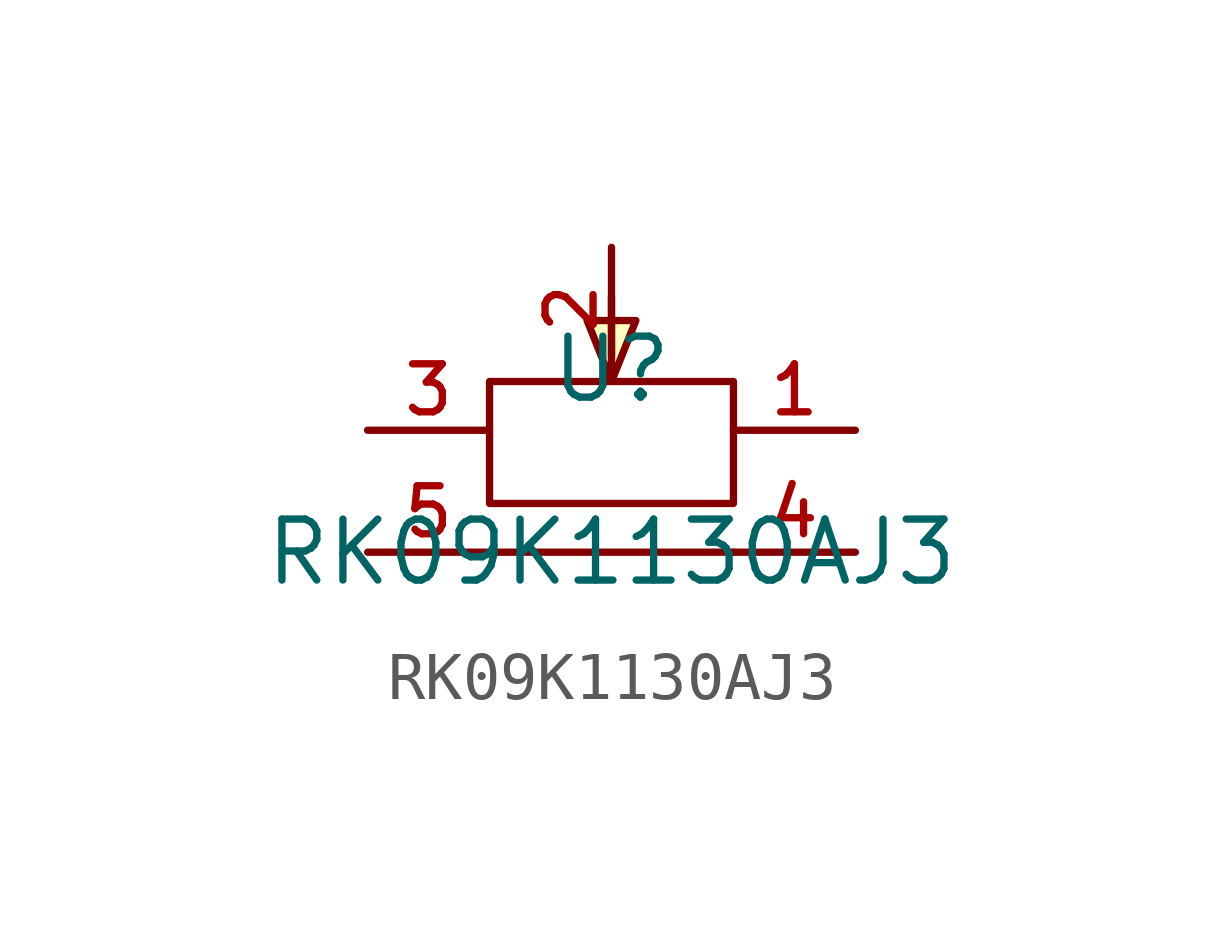
<source format=kicad_sym>
(kicad_symbol_lib
  (version 20210201)
  (generator TousstNicolas/JLC2KiCad_lib)
  (symbol "RK09K1130AJ3"
    (pin_names hide)
    (property "Reference" "U"
      (at 0 1.27 0)
      (effects (font (size 1.27 1.27))))
    (property "Value" "RK09K1130AJ3"
      (at 0 -2.54 0)
      (effects (font (size 1.27 1.27))))
    (symbol "RK09K1130AJ3_0_1"
      (pin input line (at 5.08 -0.0 180) (length 2.54) (name "1" (effects (font (size 1 1)))) (number "1" (effects (font (size 1 1)))))
      (polyline (pts (xy -2.54 1.016) (xy 2.54 1.016) (xy 2.54 -1.524) (xy -2.54 -1.524) (xy -2.54 1.016)) (stroke (width 0) (type default) (color 0 0 0 0)) (fill (type none)))
      (pin input line (at 0.0 3.81 270) (length 2.54) (name "2" (effects (font (size 1 1)))) (number "2" (effects (font (size 1 1)))))
      (pin input line (at -5.08 -0.0 0) (length 2.54) (name "3" (effects (font (size 1 1)))) (number "3" (effects (font (size 1 1)))))
      (polyline (pts (xy 0.0 1.524) (xy 0.0 2.794)) (stroke (width 0) (type default) (color 0 0 0 0)) (fill (type none)))
      (polyline (pts (xy 0.0 1.016) (xy -0.508 2.286) (xy 0.508 2.286) (xy 0.0 1.016)) (stroke (width 0) (type default) (color 0 0 0 0)) (fill (type background)))
      (pin input line (at -5.08 -2.54 0) (length 2.54) (name "5" (effects (font (size 1 1)))) (number "5" (effects (font (size 1 1)))))
      (pin input line (at 5.08 -2.54 180) (length 2.54) (name "4" (effects (font (size 1 1)))) (number "4" (effects (font (size 1 1)))))
      (polyline (pts (xy -2.54 -2.54) (xy 2.54 -2.54)) (stroke (width 0) (type default) (color 0 0 0 0)) (fill (type none))))))
</source>
